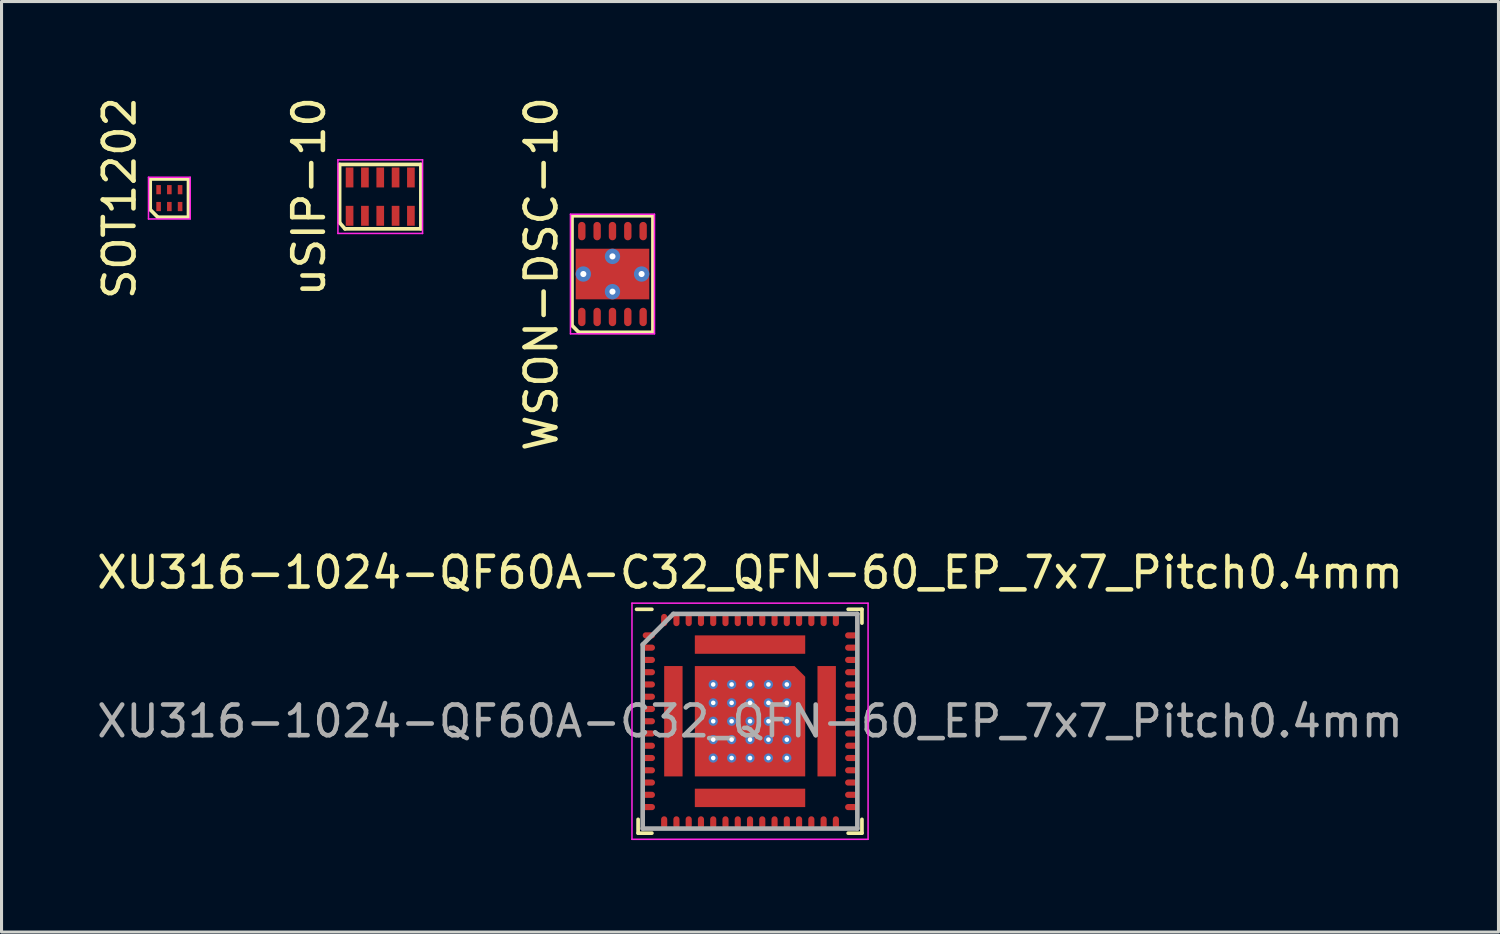
<source format=kicad_pcb>
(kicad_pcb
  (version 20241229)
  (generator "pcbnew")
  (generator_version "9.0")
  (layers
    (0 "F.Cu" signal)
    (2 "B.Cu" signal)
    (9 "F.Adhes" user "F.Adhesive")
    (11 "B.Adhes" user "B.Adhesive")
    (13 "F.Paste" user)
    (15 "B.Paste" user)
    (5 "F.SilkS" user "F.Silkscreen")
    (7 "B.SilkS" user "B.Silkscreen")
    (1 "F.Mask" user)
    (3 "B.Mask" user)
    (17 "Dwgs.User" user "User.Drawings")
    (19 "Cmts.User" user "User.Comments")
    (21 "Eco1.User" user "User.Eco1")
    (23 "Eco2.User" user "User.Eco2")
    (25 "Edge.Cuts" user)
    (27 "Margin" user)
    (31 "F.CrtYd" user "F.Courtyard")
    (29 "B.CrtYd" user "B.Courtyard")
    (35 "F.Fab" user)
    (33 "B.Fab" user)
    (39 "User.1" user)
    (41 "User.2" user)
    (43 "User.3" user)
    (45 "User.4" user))
  (footprint "XU316-1024-QF60A-C32_QFN-60_EP_7x7_Pitch0.4mm"
    (layer "F.Cu")
    (at 21.411 20.472)
    (property "Reference" "XU316-1024-QF60A-C32_QFN-60_EP_7x7_Pitch0.4mm" (at 0 -4.85 0) (layer "F.SilkS") (effects (font (size 1 1) (thickness 0.15))))
    (attr smd)
    (fp_line (start -3.65 3.65) (end -3.65 3.2) (stroke (width 0.12) (type default)) (layer "F.SilkS"))
    (fp_line (start -3.2 -3.65) (end -3.7 -3.65) (stroke (width 0.12) (type default)) (layer "F.SilkS"))
    (fp_line (start -3.2 3.65) (end -3.65 3.65) (stroke (width 0.12) (type default)) (layer "F.SilkS"))
    (fp_line (start 3.2 -3.65) (end 3.65 -3.65) (stroke (width 0.12) (type default)) (layer "F.SilkS"))
    (fp_line (start 3.2 3.65) (end 3.65 3.65) (stroke (width 0.12) (type default)) (layer "F.SilkS"))
    (fp_line (start 3.65 -3.65) (end 3.65 -3.2) (stroke (width 0.12) (type default)) (layer "F.SilkS"))
    (fp_line (start 3.65 3.65) (end 3.65 3.2) (stroke (width 0.12) (type default)) (layer "F.SilkS"))
    (fp_line (start -3.85 -3.85) (end 3.85 -3.85) (stroke (width 0.05) (type default)) (layer "F.CrtYd"))
    (fp_line (start -3.85 3.85) (end -3.85 -3.85) (stroke (width 0.05) (type default)) (layer "F.CrtYd"))
    (fp_line (start 3.85 -3.85) (end 3.85 3.85) (stroke (width 0.05) (type default)) (layer "F.CrtYd"))
    (fp_line (start 3.85 3.85) (end -3.85 3.85) (stroke (width 0.05) (type default)) (layer "F.CrtYd"))
    (fp_line (start -3.5 -2.5) (end -3.5 3.5) (stroke (width 0.15) (type default)) (layer "F.Fab"))
    (fp_line (start -3.5 3.5) (end 3.5 3.5) (stroke (width 0.15) (type default)) (layer "F.Fab"))
    (fp_line (start -2.5 -3.5) (end -3.5 -2.5) (stroke (width 0.15) (type default)) (layer "F.Fab"))
    (fp_line (start 3.5 -3.5) (end -2.5 -3.5) (stroke (width 0.15) (type default)) (layer "F.Fab"))
    (fp_line (start 3.5 3.5) (end 3.5 -3.5) (stroke (width 0.15) (type default)) (layer "F.Fab"))
    (fp_text user "${REFERENCE}" (at 0 0 0) (layer "F.Fab") (effects (font (size 1 1) (thickness 0.15))))
    (pad "" smd rect (at -1.5 -1.5) (size 0.000001 0.000001) (layers "F.Paste"))
    (pad "" smd rect (at -1.5 -0.9) (size 0.000001 0.000001) (layers "F.Paste"))
    (pad "" smd rect (at -1.5 -0.3) (size 0.000001 0.000001) (layers "F.Paste"))
    (pad "" smd rect (at -1.5 0.3) (size 0.000001 0.000001) (layers "F.Paste"))
    (pad "" smd rect (at -1.5 0.9) (size 0.000001 0.000001) (layers "F.Paste"))
    (pad "" smd rect (at -1.5 1.5) (size 0.000001 0.000001) (layers "F.Paste"))
    (pad "" smd rect (at -0.9 -1.5) (size 0.000001 0.000001) (layers "F.Paste"))
    (pad "" smd rect (at -0.9 -0.9) (size 0.000001 0.000001) (layers "F.Paste"))
    (pad "" smd rect (at -0.9 -0.3) (size 0.000001 0.000001) (layers "F.Paste"))
    (pad "" smd rect (at -0.9 0.3) (size 0.000001 0.000001) (layers "F.Paste"))
    (pad "" smd rect (at -0.9 0.9) (size 0.000001 0.000001) (layers "F.Paste"))
    (pad "" smd rect (at -0.9 1.5) (size 0.000001 0.000001) (layers "F.Paste"))
    (pad "" smd rect (at -0.3 -1.5) (size 0.000001 0.000001) (layers "F.Paste"))
    (pad "" smd rect (at -0.3 -0.9) (size 0.000001 0.000001) (layers "F.Paste"))
    (pad "" smd rect (at -0.3 -0.3) (size 0.000001 0.000001) (layers "F.Paste"))
    (pad "" smd rect (at -0.3 0.3) (size 0.000001 0.000001) (layers "F.Paste"))
    (pad "" smd rect (at -0.3 0.9) (size 0.000001 0.000001) (layers "F.Paste"))
    (pad "" smd rect (at -0.3 1.5) (size 0.000001 0.000001) (layers "F.Paste"))
    (pad "" smd rect (at 0.3 -1.5) (size 0.000001 0.000001) (layers "F.Paste"))
    (pad "" smd rect (at 0.3 -0.9) (size 0.000001 0.000001) (layers "F.Paste"))
    (pad "" smd rect (at 0.3 -0.3) (size 0.000001 0.000001) (layers "F.Paste"))
    (pad "" smd rect (at 0.3 0.3) (size 0.000001 0.000001) (layers "F.Paste"))
    (pad "" smd rect (at 0.3 0.9) (size 0.000001 0.000001) (layers "F.Paste"))
    (pad "" smd rect (at 0.3 1.5) (size 0.000001 0.000001) (layers "F.Paste"))
    (pad "" smd rect (at 0.9 -1.5) (size 0.000001 0.000001) (layers "F.Paste"))
    (pad "" smd rect (at 0.9 -0.9) (size 0.000001 0.000001) (layers "F.Paste"))
    (pad "" smd rect (at 0.9 -0.3) (size 0.000001 0.000001) (layers "F.Paste"))
    (pad "" smd rect (at 0.9 0.3) (size 0.000001 0.000001) (layers "F.Paste"))
    (pad "" smd rect (at 0.9 0.9) (size 0.000001 0.000001) (layers "F.Paste"))
    (pad "" smd rect (at 0.9 1.5) (size 0.000001 0.000001) (layers "F.Paste"))
    (pad "" smd rect (at 1.5 -1.5) (size 0.000001 0.000001) (layers "F.Paste"))
    (pad "" smd rect (at 1.5 -0.9) (size 0.000001 0.000001) (layers "F.Paste"))
    (pad "" smd rect (at 1.5 -0.3) (size 0.000001 0.000001) (layers "F.Paste"))
    (pad "" smd rect (at 1.5 0.3) (size 0.000001 0.000001) (layers "F.Paste"))
    (pad "" smd rect (at 1.5 0.9) (size 0.000001 0.000001) (layers "F.Paste"))
    (pad "" smd rect (at 1.5 1.5) (size 0.000001 0.000001) (layers "F.Paste"))
    (pad "1" smd oval (at -3.3 -2.8 90) (size 0.2 0.4) (layers "F.Cu" "F.Mask" "F.Paste"))
    (pad "2" smd oval (at -3.3 -2.4 90) (size 0.2 0.4) (layers "F.Cu" "F.Mask" "F.Paste"))
    (pad "3" smd oval (at -3.3 -2 90) (size 0.2 0.4) (layers "F.Cu" "F.Mask" "F.Paste"))
    (pad "4" smd oval (at -3.3 -1.6 90) (size 0.2 0.4) (layers "F.Cu" "F.Mask" "F.Paste"))
    (pad "5" smd oval (at -3.3 -1.2 90) (size 0.2 0.4) (layers "F.Cu" "F.Mask" "F.Paste"))
    (pad "6" smd oval (at -3.3 -0.8 90) (size 0.2 0.4) (layers "F.Cu" "F.Mask" "F.Paste"))
    (pad "7" smd oval (at -3.3 -0.4 90) (size 0.2 0.4) (layers "F.Cu" "F.Mask" "F.Paste"))
    (pad "8" smd oval (at -3.3 0 90) (size 0.2 0.4) (layers "F.Cu" "F.Mask" "F.Paste"))
    (pad "9" smd oval (at -3.3 0.4 90) (size 0.2 0.4) (layers "F.Cu" "F.Mask" "F.Paste"))
    (pad "10" smd oval (at -3.3 0.8 90) (size 0.2 0.4) (layers "F.Cu" "F.Mask" "F.Paste"))
    (pad "11" smd oval (at -3.3 1.2 90) (size 0.2 0.4) (layers "F.Cu" "F.Mask" "F.Paste"))
    (pad "12" smd oval (at -3.3 1.6 90) (size 0.2 0.4) (layers "F.Cu" "F.Mask" "F.Paste"))
    (pad "13" smd oval (at -3.3 2 90) (size 0.2 0.4) (layers "F.Cu" "F.Mask" "F.Paste"))
    (pad "14" smd oval (at -3.3 2.4 90) (size 0.2 0.4) (layers "F.Cu" "F.Mask" "F.Paste"))
    (pad "15" smd oval (at -3.3 2.8 90) (size 0.2 0.4) (layers "F.Cu" "F.Mask" "F.Paste"))
    (pad "16" smd oval (at -2.8 3.3) (size 0.2 0.4) (layers "F.Cu" "F.Mask" "F.Paste"))
    (pad "17" smd oval (at -2.4 3.3) (size 0.2 0.4) (layers "F.Cu" "F.Mask" "F.Paste"))
    (pad "18" smd oval (at -2 3.3) (size 0.2 0.4) (layers "F.Cu" "F.Mask" "F.Paste"))
    (pad "19" smd oval (at -1.6 3.3) (size 0.2 0.4) (layers "F.Cu" "F.Mask" "F.Paste"))
    (pad "20" smd oval (at -1.2 3.3) (size 0.2 0.4) (layers "F.Cu" "F.Mask" "F.Paste"))
    (pad "21" smd oval (at -0.8 3.3) (size 0.2 0.4) (layers "F.Cu" "F.Mask" "F.Paste"))
    (pad "22" smd oval (at -0.4 3.3) (size 0.2 0.4) (layers "F.Cu" "F.Mask" "F.Paste"))
    (pad "23" smd oval (at 0 3.3) (size 0.2 0.4) (layers "F.Cu" "F.Mask" "F.Paste"))
    (pad "24" smd oval (at 0.4 3.3) (size 0.2 0.4) (layers "F.Cu" "F.Mask" "F.Paste"))
    (pad "25" smd oval (at 0.8 3.3) (size 0.2 0.4) (layers "F.Cu" "F.Mask" "F.Paste"))
    (pad "26" smd oval (at 1.2 3.3) (size 0.2 0.4) (layers "F.Cu" "F.Mask" "F.Paste"))
    (pad "27" smd oval (at 1.6 3.3) (size 0.2 0.4) (layers "F.Cu" "F.Mask" "F.Paste"))
    (pad "28" smd oval (at 2 3.3) (size 0.2 0.4) (layers "F.Cu" "F.Mask" "F.Paste"))
    (pad "29" smd oval (at 2.4 3.3) (size 0.2 0.4) (layers "F.Cu" "F.Mask" "F.Paste"))
    (pad "30" smd oval (at 2.8 3.3) (size 0.2 0.4) (layers "F.Cu" "F.Mask" "F.Paste"))
    (pad "31" smd oval (at 3.3 2.8 90) (size 0.2 0.4) (layers "F.Cu" "F.Mask" "F.Paste"))
    (pad "32" smd oval (at 3.3 2.4 90) (size 0.2 0.4) (layers "F.Cu" "F.Mask" "F.Paste"))
    (pad "33" smd oval (at 3.3 2 90) (size 0.2 0.4) (layers "F.Cu" "F.Mask" "F.Paste"))
    (pad "34" smd oval (at 3.3 1.6 90) (size 0.2 0.4) (layers "F.Cu" "F.Mask" "F.Paste"))
    (pad "35" smd oval (at 3.3 1.2 90) (size 0.2 0.4) (layers "F.Cu" "F.Mask" "F.Paste"))
    (pad "36" smd oval (at 3.3 0.8 90) (size 0.2 0.4) (layers "F.Cu" "F.Mask" "F.Paste"))
    (pad "37" smd oval (at 3.3 0.4 90) (size 0.2 0.4) (layers "F.Cu" "F.Mask" "F.Paste"))
    (pad "38" smd oval (at 3.3 0 90) (size 0.2 0.4) (layers "F.Cu" "F.Mask" "F.Paste"))
    (pad "39" smd oval (at 3.3 -0.4 90) (size 0.2 0.4) (layers "F.Cu" "F.Mask" "F.Paste"))
    (pad "40" smd oval (at 3.3 -0.8 90) (size 0.2 0.4) (layers "F.Cu" "F.Mask" "F.Paste"))
    (pad "41" smd oval (at 3.3 -1.2 90) (size 0.2 0.4) (layers "F.Cu" "F.Mask" "F.Paste"))
    (pad "42" smd oval (at 3.3 -1.6 90) (size 0.2 0.4) (layers "F.Cu" "F.Mask" "F.Paste"))
    (pad "43" smd oval (at 3.3 -2 90) (size 0.2 0.4) (layers "F.Cu" "F.Mask" "F.Paste"))
    (pad "44" smd oval (at 3.3 -2.4 90) (size 0.2 0.4) (layers "F.Cu" "F.Mask" "F.Paste"))
    (pad "45" smd oval (at 3.3 -2.8 90) (size 0.2 0.4) (layers "F.Cu" "F.Mask" "F.Paste"))
    (pad "46" smd oval (at 2.8 -3.3) (size 0.2 0.4) (layers "F.Cu" "F.Mask" "F.Paste"))
    (pad "47" smd oval (at 2.4 -3.3) (size 0.2 0.4) (layers "F.Cu" "F.Mask" "F.Paste"))
    (pad "48" smd oval (at 2 -3.3) (size 0.2 0.4) (layers "F.Cu" "F.Mask" "F.Paste"))
    (pad "49" smd oval (at 1.6 -3.3) (size 0.2 0.4) (layers "F.Cu" "F.Mask" "F.Paste"))
    (pad "50" smd oval (at 1.2 -3.3) (size 0.2 0.4) (layers "F.Cu" "F.Mask" "F.Paste"))
    (pad "51" smd oval (at 0.8 -3.3) (size 0.2 0.4) (layers "F.Cu" "F.Mask" "F.Paste"))
    (pad "52" smd oval (at 0.4 -3.3) (size 0.2 0.4) (layers "F.Cu" "F.Mask" "F.Paste"))
    (pad "53" smd oval (at 0 -3.3) (size 0.2 0.4) (layers "F.Cu" "F.Mask" "F.Paste"))
    (pad "54" smd oval (at -0.4 -3.3) (size 0.2 0.4) (layers "F.Cu" "F.Mask" "F.Paste"))
    (pad "55" smd oval (at -0.8 -3.3) (size 0.2 0.4) (layers "F.Cu" "F.Mask" "F.Paste"))
    (pad "56" smd oval (at -1.2 -3.3) (size 0.2 0.4) (layers "F.Cu" "F.Mask" "F.Paste"))
    (pad "57" smd oval (at -1.6 -3.3) (size 0.2 0.4) (layers "F.Cu" "F.Mask" "F.Paste"))
    (pad "58" smd oval (at -2 -3.3) (size 0.2 0.4) (layers "F.Cu" "F.Mask" "F.Paste"))
    (pad "59" smd oval (at -2.4 -3.3) (size 0.2 0.4) (layers "F.Cu" "F.Mask" "F.Paste"))
    (pad "60" smd oval (at -2.8 -3.3) (size 0.2 0.4) (layers "F.Cu" "F.Mask" "F.Paste"))
    (pad "61" thru_hole circle (at -1.2 -1.2) (size 0.3 0.3) (drill 0.15) (property pad_prop_heatsink) (layers "*.Cu" "*.Mask"))
    (pad "61" thru_hole circle (at -1.2 -0.6) (size 0.3 0.3) (drill 0.15) (property pad_prop_heatsink) (layers "*.Cu" "*.Mask"))
    (pad "61" thru_hole circle (at -1.2 0) (size 0.3 0.3) (drill 0.15) (property pad_prop_heatsink) (layers "*.Cu" "*.Mask"))
    (pad "61" thru_hole circle (at -1.2 0.6) (size 0.3 0.3) (drill 0.15) (property pad_prop_heatsink) (layers "*.Cu" "*.Mask"))
    (pad "61" thru_hole circle (at -1.2 1.2) (size 0.3 0.3) (drill 0.15) (property pad_prop_heatsink) (layers "*.Cu" "*.Mask"))
    (pad "61" thru_hole circle (at -0.6 -1.2) (size 0.3 0.3) (drill 0.15) (property pad_prop_heatsink) (layers "*.Cu" "*.Mask"))
    (pad "61" thru_hole circle (at -0.6 -0.6) (size 0.3 0.3) (drill 0.15) (property pad_prop_heatsink) (layers "*.Cu" "*.Mask"))
    (pad "61" thru_hole circle (at -0.6 0) (size 0.3 0.3) (drill 0.15) (property pad_prop_heatsink) (layers "*.Cu" "*.Mask"))
    (pad "61" thru_hole circle (at -0.6 0.6) (size 0.3 0.3) (drill 0.15) (property pad_prop_heatsink) (layers "*.Cu" "*.Mask"))
    (pad "61" thru_hole circle (at -0.6 1.2) (size 0.3 0.3) (drill 0.15) (property pad_prop_heatsink) (layers "*.Cu" "*.Mask"))
    (pad "61" thru_hole circle (at 0 -1.2) (size 0.3 0.3) (drill 0.15) (property pad_prop_heatsink) (layers "*.Cu" "*.Mask"))
    (pad "61" thru_hole circle (at 0 -0.6) (size 0.3 0.3) (drill 0.15) (property pad_prop_heatsink) (layers "*.Cu" "*.Mask"))
    (pad "61" thru_hole circle (at 0 0) (size 0.3 0.3) (drill 0.15) (property pad_prop_heatsink) (layers "*.Cu" "*.Mask"))
    (pad "61" thru_hole circle (at 0 0.6) (size 0.3 0.3) (drill 0.15) (property pad_prop_heatsink) (layers "*.Cu" "*.Mask"))
    (pad "61" thru_hole circle (at 0 1.2) (size 0.3 0.3) (drill 0.15) (property pad_prop_heatsink) (layers "*.Cu" "*.Mask"))
    (pad "61" thru_hole circle (at 0.6 -1.2) (size 0.3 0.3) (drill 0.15) (property pad_prop_heatsink) (layers "*.Cu" "*.Mask"))
    (pad "61" thru_hole circle (at 0.6 -0.6) (size 0.3 0.3) (drill 0.15) (property pad_prop_heatsink) (layers "*.Cu" "*.Mask"))
    (pad "61" thru_hole circle (at 0.6 0) (size 0.3 0.3) (drill 0.15) (property pad_prop_heatsink) (layers "*.Cu" "*.Mask"))
    (pad "61" thru_hole circle (at 0.6 0.6) (size 0.3 0.3) (drill 0.15) (property pad_prop_heatsink) (layers "*.Cu" "*.Mask"))
    (pad "61" thru_hole circle (at 0.6 1.2) (size 0.3 0.3) (drill 0.15) (property pad_prop_heatsink) (layers "*.Cu" "*.Mask"))
    (pad "61" thru_hole circle (at 1.2 -1.2) (size 0.3 0.3) (drill 0.15) (property pad_prop_heatsink) (layers "*.Cu" "*.Mask"))
    (pad "61" thru_hole circle (at 1.2 -0.6) (size 0.3 0.3) (drill 0.15) (property pad_prop_heatsink) (layers "*.Cu" "*.Mask"))
    (pad "61" thru_hole circle (at 1.2 0) (size 0.3 0.3) (drill 0.15) (property pad_prop_heatsink) (layers "*.Cu" "*.Mask"))
    (pad "61" thru_hole circle (at 1.2 0.6) (size 0.3 0.3) (drill 0.15) (property pad_prop_heatsink) (layers "*.Cu" "*.Mask"))
    (pad "61" thru_hole circle (at 1.2 1.2) (size 0.3 0.3) (drill 0.15) (property pad_prop_heatsink) (layers "*.Cu" "*.Mask"))
    (pad "61" smd rect (at 2.5 0) (size 0.6 3.6) (layers "F.Cu" "F.Mask"))
    (pad "62" smd rect (at 0 2.5) (size 3.6 0.6) (layers "F.Cu" "F.Mask"))
    (pad "63" smd rect (at -2.5 0) (size 0.6 3.6) (layers "F.Cu" "F.Mask"))
    (pad "64" smd rect (at 0 -2.5) (size 3.6 0.6) (layers "F.Cu" "F.Mask"))
    (pad "65" smd roundrect (at 0 0) (size 3.6 3.6) (property pad_prop_heatsink) (layers "F.Cu" "F.Mask") (roundrect_rratio 0) (chamfer_ratio 0.097) (chamfer top_right)))
  (footprint "WSON-DSC-10"
    (layer "F.Cu")
    (at 16.925 5.887)
    (property "Reference" "WSON-DSC-10" (at -2.32 0 90) (layer "F.SilkS") (effects (font (size 1 1) (thickness 0.15))))
    (attr smd)
    (fp_line (start -1.32 -1.9) (end 1.32 -1.9) (stroke (width 0.12) (type default)) (layer "F.SilkS"))
    (fp_line (start -1.32 1.675) (end -1.32 -1.9) (stroke (width 0.12) (type default)) (layer "F.SilkS"))
    (fp_line (start -1.1 1.9) (end -1.32 1.675) (stroke (width 0.12) (type default)) (layer "F.SilkS"))
    (fp_line (start 1.32 -1.9) (end 1.32 1.9) (stroke (width 0.12) (type default)) (layer "F.SilkS"))
    (fp_line (start 1.32 1.9) (end -1.1 1.9) (stroke (width 0.12) (type default)) (layer "F.SilkS"))
    (fp_line (start -1.37 -1.95) (end 1.37 -1.95) (stroke (width 0.05) (type default)) (layer "F.CrtYd"))
    (fp_line (start -1.37 1.95) (end -1.37 -1.95) (stroke (width 0.05) (type default)) (layer "F.CrtYd"))
    (fp_line (start 1.37 -1.95) (end 1.37 1.95) (stroke (width 0.05) (type default)) (layer "F.CrtYd"))
    (fp_line (start 1.37 1.95) (end -1.37 1.95) (stroke (width 0.05) (type default)) (layer "F.CrtYd"))
    (pad "" smd rect (at -0.63 0) (size 1.06 1.5) (layers "F.Paste"))
    (pad "" smd rect (at 0.63 0) (size 1.06 1.5) (layers "F.Paste"))
    (pad "1" smd oval (at -1 1.4) (size 0.24 0.6) (layers "F.Cu" "F.Mask" "F.Paste"))
    (pad "2" smd oval (at -0.5 1.4) (size 0.24 0.6) (layers "F.Cu" "F.Mask" "F.Paste"))
    (pad "3" smd oval (at 0 1.4) (size 0.24 0.6) (layers "F.Cu" "F.Mask" "F.Paste"))
    (pad "4" smd oval (at 0.5 1.4) (size 0.24 0.6) (layers "F.Cu" "F.Mask" "F.Paste"))
    (pad "5" smd oval (at 1 1.4) (size 0.24 0.6) (layers "F.Cu" "F.Mask" "F.Paste"))
    (pad "6" thru_hole circle (at -0.95 0) (size 0.5 0.5) (drill 0.2) (property pad_prop_heatsink) (layers "*.Cu"))
    (pad "6" thru_hole circle (at 0 -0.575) (size 0.5 0.5) (drill 0.2) (property pad_prop_heatsink) (layers "*.Cu"))
    (pad "6" smd rect (at 0 0) (size 2.4 1.65) (layers "F.Cu" "F.Mask"))
    (pad "6" thru_hole circle (at 0 0.575) (size 0.5 0.5) (drill 0.2) (property pad_prop_heatsink) (layers "*.Cu"))
    (pad "6" thru_hole circle (at 0.95 0) (size 0.5 0.5) (drill 0.2) (property pad_prop_heatsink) (layers "*.Cu"))
    (pad "6" smd oval (at 1 -1.4) (size 0.24 0.6) (layers "F.Cu" "F.Mask" "F.Paste"))
    (pad "7" smd oval (at 0.5 -1.4) (size 0.24 0.6) (layers "F.Cu" "F.Mask" "F.Paste"))
    (pad "8" smd oval (at 0 -1.4) (size 0.24 0.6) (layers "F.Cu" "F.Mask" "F.Paste"))
    (pad "9" smd oval (at -0.5 -1.4) (size 0.24 0.6) (layers "F.Cu" "F.Mask" "F.Paste"))
    (pad "10" smd oval (at -1 -1.4) (size 0.24 0.6) (layers "F.Cu" "F.Mask" "F.Paste")))
  (footprint "uSIP-10"
    (layer "F.Cu")
    (at 9.351 3.363)
    (property "Reference" "uSIP-10" (at -2.325 0 90) (layer "F.SilkS") (effects (font (size 1 1) (thickness 0.15))))
    (attr smd)
    (fp_line (start -1.325 -1.05) (end 1.325 -1.05) (stroke (width 0.12) (type default)) (layer "F.SilkS"))
    (fp_line (start -1.325 0.85) (end -1.325 -1.05) (stroke (width 0.12) (type default)) (layer "F.SilkS"))
    (fp_line (start -1.15 1.05) (end -1.325 0.85) (stroke (width 0.12) (type default)) (layer "F.SilkS"))
    (fp_line (start 1.325 -1.05) (end 1.325 1.05) (stroke (width 0.12) (type default)) (layer "F.SilkS"))
    (fp_line (start 1.325 1.05) (end -1.15 1.05) (stroke (width 0.12) (type default)) (layer "F.SilkS"))
    (fp_line (start -1.38 -1.2) (end 1.38 -1.2) (stroke (width 0.05) (type default)) (layer "F.CrtYd"))
    (fp_line (start -1.38 1.2) (end -1.38 -1.2) (stroke (width 0.05) (type default)) (layer "F.CrtYd"))
    (fp_line (start 1.38 -1.2) (end 1.38 1.2) (stroke (width 0.05) (type default)) (layer "F.CrtYd"))
    (fp_line (start 1.38 1.2) (end -1.38 1.2) (stroke (width 0.05) (type default)) (layer "F.CrtYd"))
    (pad "1" smd rect (at -1 0.625) (size 0.25 0.65) (layers "F.Cu" "F.Mask" "F.Paste"))
    (pad "2" smd rect (at -0.5 0.625) (size 0.25 0.65) (layers "F.Cu" "F.Mask" "F.Paste"))
    (pad "3" smd rect (at 0 0.625) (size 0.25 0.65) (layers "F.Cu" "F.Mask" "F.Paste"))
    (pad "4" smd rect (at 0.5 0.625) (size 0.25 0.65) (layers "F.Cu" "F.Mask" "F.Paste"))
    (pad "5" smd rect (at 1 0.625) (size 0.25 0.65) (layers "F.Cu" "F.Mask" "F.Paste"))
    (pad "6" smd rect (at 1 -0.625) (size 0.25 0.65) (layers "F.Cu" "F.Mask" "F.Paste"))
    (pad "7" smd rect (at 0.5 -0.625) (size 0.25 0.65) (layers "F.Cu" "F.Mask" "F.Paste"))
    (pad "8" smd rect (at 0 -0.625) (size 0.25 0.65) (layers "F.Cu" "F.Mask" "F.Paste"))
    (pad "9" smd rect (at -0.5 -0.625) (size 0.25 0.65) (layers "F.Cu" "F.Mask" "F.Paste"))
    (pad "10" smd rect (at -1 -0.625) (size 0.25 0.65) (layers "F.Cu" "F.Mask" "F.Paste")))
  (footprint "SOT1202"
    (layer "F.Cu")
    (at 2.473 3.411)
    (property "Reference" "SOT1202" (at -1.625 0 90) (layer "F.SilkS") (effects (font (size 1 1) (thickness 0.15))))
    (attr smd)
    (fp_line (start -0.625 -0.625) (end 0.625 -0.625) (stroke (width 0.12) (type default)) (layer "F.SilkS"))
    (fp_line (start -0.625 0.375) (end -0.625 -0.625) (stroke (width 0.12) (type default)) (layer "F.SilkS"))
    (fp_line (start -0.375 0.625) (end -0.625 0.375) (stroke (width 0.12) (type default)) (layer "F.SilkS"))
    (fp_line (start 0.625 -0.625) (end 0.625 0.625) (stroke (width 0.12) (type default)) (layer "F.SilkS"))
    (fp_line (start 0.625 0.625) (end -0.375 0.625) (stroke (width 0.12) (type default)) (layer "F.SilkS"))
    (fp_line (start -0.68 -0.68) (end 0.68 -0.68) (stroke (width 0.05) (type default)) (layer "F.CrtYd"))
    (fp_line (start -0.68 0.68) (end -0.68 -0.68) (stroke (width 0.05) (type default)) (layer "F.CrtYd"))
    (fp_line (start 0.68 -0.68) (end 0.68 0.68) (stroke (width 0.05) (type default)) (layer "F.CrtYd"))
    (fp_line (start 0.68 0.68) (end -0.68 0.68) (stroke (width 0.05) (type default)) (layer "F.CrtYd"))
    (pad "1" smd rect (at -0.35 0.275) (size 0.15 0.3) (layers "F.Cu" "F.Mask" "F.Paste"))
    (pad "2" smd rect (at 0 0.275) (size 0.15 0.3) (layers "F.Cu" "F.Mask" "F.Paste"))
    (pad "3" smd rect (at 0.35 0.275) (size 0.15 0.3) (layers "F.Cu" "F.Mask" "F.Paste"))
    (pad "4" smd rect (at 0.35 -0.275) (size 0.15 0.3) (layers "F.Cu" "F.Mask" "F.Paste"))
    (pad "5" smd rect (at 0 -0.275) (size 0.15 0.3) (layers "F.Cu" "F.Mask" "F.Paste"))
    (pad "6" smd rect (at -0.35 -0.275) (size 0.15 0.3) (layers "F.Cu" "F.Mask" "F.Paste")))
  (gr_rect
    (start -3 -3)
    (end 45.821 27.347)
    (stroke (width 0.1) (type default))
    (fill no)
    (layer "Edge.Cuts")))
</source>
